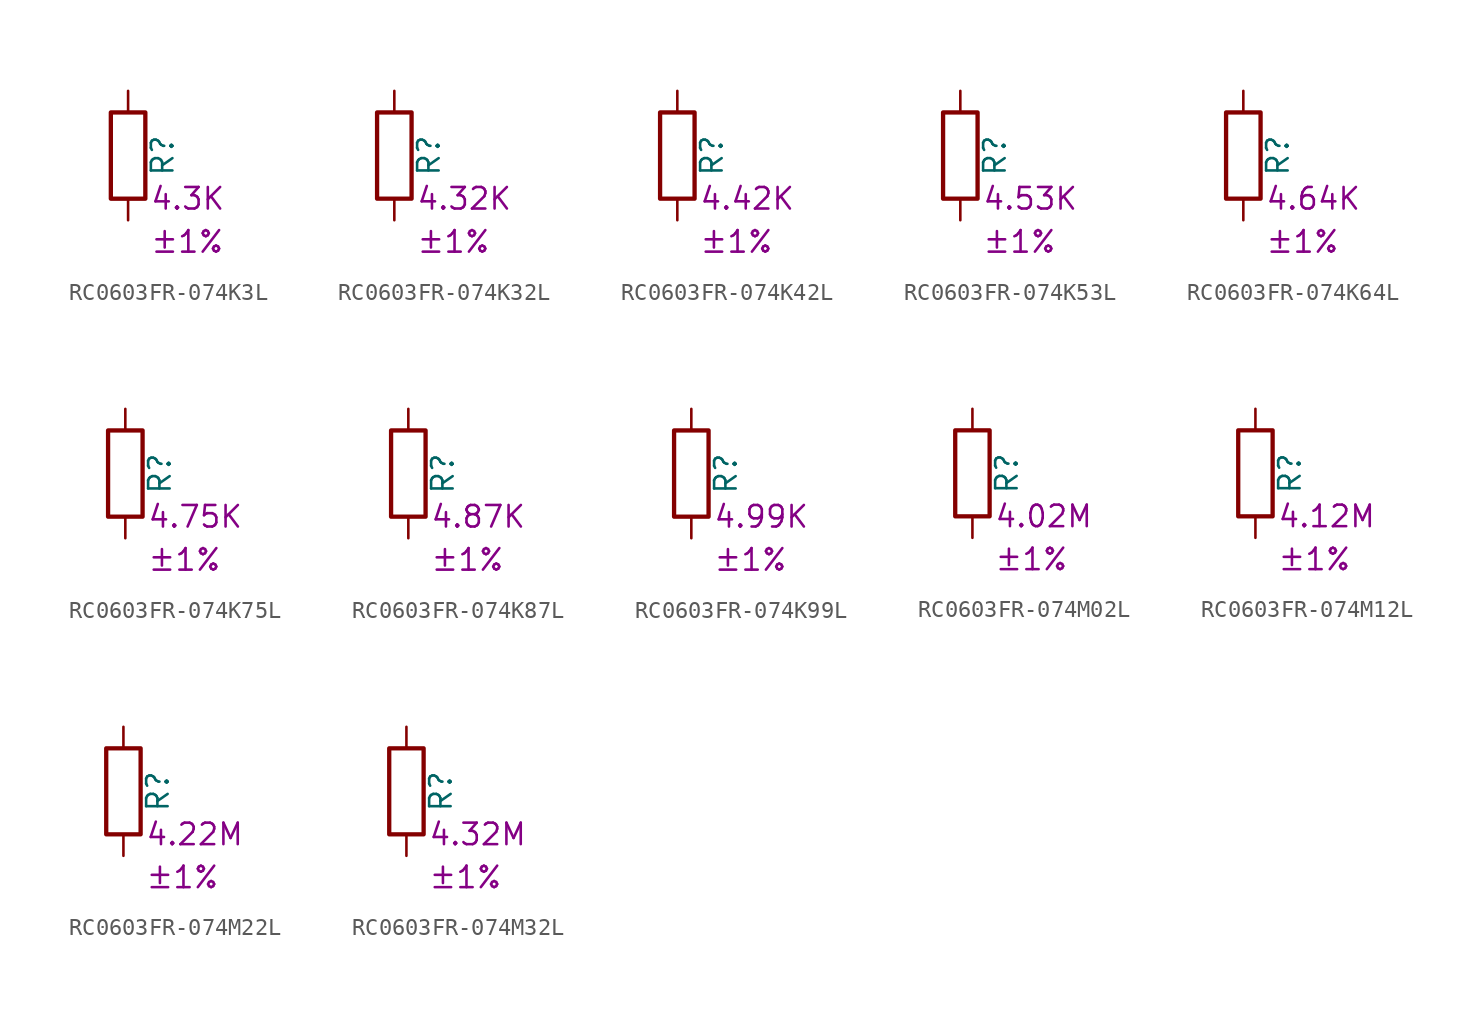
<source format=kicad_sym>
(kicad_symbol_lib
  (version 20220914)
  (generator kicad_symbol_editor)
  (symbol "RC0603FR-074K3L"
    (pin_numbers hide)
    (pin_names
      (offset 0))
    (property "Reference" "R"
      (at 2.032 0 90)
      (effects (font (size 1.27 1.27))))
    (property "Resistance" "4.3K"
      (at 1.27 -2.54 0)
      (effects (font (size 1.27 1.27)) (justify left)))
    (property "Tolerance" "±1%"
      (at 1.27 -5.08 0)
      (effects (font (size 1.27 1.27)) (justify left)))
    (symbol "RC0603FR-074K3L_0_1"
      (rectangle (start -1.016 -2.54) (end 1.016 2.54) (stroke (width 0.254) (type default)) (fill (type none))))
    (symbol "RC0603FR-074K3L_1_1"
      (pin passive line (at 0 3.81 270) (length 1.27) (name "~" (effects (font (size 1.27 1.27)))) (number "1" (effects (font (size 1.27 1.27)))))
      (pin passive line (at 0 -3.81 90) (length 1.27) (name "~" (effects (font (size 1.27 1.27)))) (number "2" (effects (font (size 1.27 1.27)))))))
  (symbol "RC0603FR-074K32L"
    (pin_numbers hide)
    (pin_names
      (offset 0))
    (property "Reference" "R"
      (at 2.032 0 90)
      (effects (font (size 1.27 1.27))))
    (property "Resistance" "4.32K"
      (at 1.27 -2.54 0)
      (effects (font (size 1.27 1.27)) (justify left)))
    (property "Tolerance" "±1%"
      (at 1.27 -5.08 0)
      (effects (font (size 1.27 1.27)) (justify left)))
    (symbol "RC0603FR-074K32L_0_1"
      (rectangle (start -1.016 -2.54) (end 1.016 2.54) (stroke (width 0.254) (type default)) (fill (type none))))
    (symbol "RC0603FR-074K32L_1_1"
      (pin passive line (at 0 3.81 270) (length 1.27) (name "~" (effects (font (size 1.27 1.27)))) (number "1" (effects (font (size 1.27 1.27)))))
      (pin passive line (at 0 -3.81 90) (length 1.27) (name "~" (effects (font (size 1.27 1.27)))) (number "2" (effects (font (size 1.27 1.27)))))))
  (symbol "RC0603FR-074K42L"
    (pin_numbers hide)
    (pin_names
      (offset 0))
    (property "Reference" "R"
      (at 2.032 0 90)
      (effects (font (size 1.27 1.27))))
    (property "Resistance" "4.42K"
      (at 1.27 -2.54 0)
      (effects (font (size 1.27 1.27)) (justify left)))
    (property "Tolerance" "±1%"
      (at 1.27 -5.08 0)
      (effects (font (size 1.27 1.27)) (justify left)))
    (symbol "RC0603FR-074K42L_0_1"
      (rectangle (start -1.016 -2.54) (end 1.016 2.54) (stroke (width 0.254) (type default)) (fill (type none))))
    (symbol "RC0603FR-074K42L_1_1"
      (pin passive line (at 0 3.81 270) (length 1.27) (name "~" (effects (font (size 1.27 1.27)))) (number "1" (effects (font (size 1.27 1.27)))))
      (pin passive line (at 0 -3.81 90) (length 1.27) (name "~" (effects (font (size 1.27 1.27)))) (number "2" (effects (font (size 1.27 1.27)))))))
  (symbol "RC0603FR-074K53L"
    (pin_numbers hide)
    (pin_names
      (offset 0))
    (property "Reference" "R"
      (at 2.032 0 90)
      (effects (font (size 1.27 1.27))))
    (property "Resistance" "4.53K"
      (at 1.27 -2.54 0)
      (effects (font (size 1.27 1.27)) (justify left)))
    (property "Tolerance" "±1%"
      (at 1.27 -5.08 0)
      (effects (font (size 1.27 1.27)) (justify left)))
    (symbol "RC0603FR-074K53L_0_1"
      (rectangle (start -1.016 -2.54) (end 1.016 2.54) (stroke (width 0.254) (type default)) (fill (type none))))
    (symbol "RC0603FR-074K53L_1_1"
      (pin passive line (at 0 3.81 270) (length 1.27) (name "~" (effects (font (size 1.27 1.27)))) (number "1" (effects (font (size 1.27 1.27)))))
      (pin passive line (at 0 -3.81 90) (length 1.27) (name "~" (effects (font (size 1.27 1.27)))) (number "2" (effects (font (size 1.27 1.27)))))))
  (symbol "RC0603FR-074K64L"
    (pin_numbers hide)
    (pin_names
      (offset 0))
    (property "Reference" "R"
      (at 2.032 0 90)
      (effects (font (size 1.27 1.27))))
    (property "Resistance" "4.64K"
      (at 1.27 -2.54 0)
      (effects (font (size 1.27 1.27)) (justify left)))
    (property "Tolerance" "±1%"
      (at 1.27 -5.08 0)
      (effects (font (size 1.27 1.27)) (justify left)))
    (symbol "RC0603FR-074K64L_0_1"
      (rectangle (start -1.016 -2.54) (end 1.016 2.54) (stroke (width 0.254) (type default)) (fill (type none))))
    (symbol "RC0603FR-074K64L_1_1"
      (pin passive line (at 0 3.81 270) (length 1.27) (name "~" (effects (font (size 1.27 1.27)))) (number "1" (effects (font (size 1.27 1.27)))))
      (pin passive line (at 0 -3.81 90) (length 1.27) (name "~" (effects (font (size 1.27 1.27)))) (number "2" (effects (font (size 1.27 1.27)))))))
  (symbol "RC0603FR-074K75L"
    (pin_numbers hide)
    (pin_names
      (offset 0))
    (property "Reference" "R"
      (at 2.032 0 90)
      (effects (font (size 1.27 1.27))))
    (property "Resistance" "4.75K"
      (at 1.27 -2.54 0)
      (effects (font (size 1.27 1.27)) (justify left)))
    (property "Tolerance" "±1%"
      (at 1.27 -5.08 0)
      (effects (font (size 1.27 1.27)) (justify left)))
    (symbol "RC0603FR-074K75L_0_1"
      (rectangle (start -1.016 -2.54) (end 1.016 2.54) (stroke (width 0.254) (type default)) (fill (type none))))
    (symbol "RC0603FR-074K75L_1_1"
      (pin passive line (at 0 3.81 270) (length 1.27) (name "~" (effects (font (size 1.27 1.27)))) (number "1" (effects (font (size 1.27 1.27)))))
      (pin passive line (at 0 -3.81 90) (length 1.27) (name "~" (effects (font (size 1.27 1.27)))) (number "2" (effects (font (size 1.27 1.27)))))))
  (symbol "RC0603FR-074K87L"
    (pin_numbers hide)
    (pin_names
      (offset 0))
    (property "Reference" "R"
      (at 2.032 0 90)
      (effects (font (size 1.27 1.27))))
    (property "Resistance" "4.87K"
      (at 1.27 -2.54 0)
      (effects (font (size 1.27 1.27)) (justify left)))
    (property "Tolerance" "±1%"
      (at 1.27 -5.08 0)
      (effects (font (size 1.27 1.27)) (justify left)))
    (symbol "RC0603FR-074K87L_0_1"
      (rectangle (start -1.016 -2.54) (end 1.016 2.54) (stroke (width 0.254) (type default)) (fill (type none))))
    (symbol "RC0603FR-074K87L_1_1"
      (pin passive line (at 0 3.81 270) (length 1.27) (name "~" (effects (font (size 1.27 1.27)))) (number "1" (effects (font (size 1.27 1.27)))))
      (pin passive line (at 0 -3.81 90) (length 1.27) (name "~" (effects (font (size 1.27 1.27)))) (number "2" (effects (font (size 1.27 1.27)))))))
  (symbol "RC0603FR-074K99L"
    (pin_numbers hide)
    (pin_names
      (offset 0))
    (property "Reference" "R"
      (at 2.032 0 90)
      (effects (font (size 1.27 1.27))))
    (property "Resistance" "4.99K"
      (at 1.27 -2.54 0)
      (effects (font (size 1.27 1.27)) (justify left)))
    (property "Tolerance" "±1%"
      (at 1.27 -5.08 0)
      (effects (font (size 1.27 1.27)) (justify left)))
    (symbol "RC0603FR-074K99L_0_1"
      (rectangle (start -1.016 -2.54) (end 1.016 2.54) (stroke (width 0.254) (type default)) (fill (type none))))
    (symbol "RC0603FR-074K99L_1_1"
      (pin passive line (at 0 3.81 270) (length 1.27) (name "~" (effects (font (size 1.27 1.27)))) (number "1" (effects (font (size 1.27 1.27)))))
      (pin passive line (at 0 -3.81 90) (length 1.27) (name "~" (effects (font (size 1.27 1.27)))) (number "2" (effects (font (size 1.27 1.27)))))))
  (symbol "RC0603FR-074M02L"
    (pin_numbers hide)
    (pin_names
      (offset 0))
    (property "Reference" "R"
      (at 2.032 0 90)
      (effects (font (size 1.27 1.27))))
    (property "Resistance" "4.02M"
      (at 1.27 -2.54 0)
      (effects (font (size 1.27 1.27)) (justify left)))
    (property "Tolerance" "±1%"
      (at 1.27 -5.08 0)
      (effects (font (size 1.27 1.27)) (justify left)))
    (symbol "RC0603FR-074M02L_0_1"
      (rectangle (start -1.016 -2.54) (end 1.016 2.54) (stroke (width 0.254) (type default)) (fill (type none))))
    (symbol "RC0603FR-074M02L_1_1"
      (pin passive line (at 0 3.81 270) (length 1.27) (name "~" (effects (font (size 1.27 1.27)))) (number "1" (effects (font (size 1.27 1.27)))))
      (pin passive line (at 0 -3.81 90) (length 1.27) (name "~" (effects (font (size 1.27 1.27)))) (number "2" (effects (font (size 1.27 1.27)))))))
  (symbol "RC0603FR-074M12L"
    (pin_numbers hide)
    (pin_names
      (offset 0))
    (property "Reference" "R"
      (at 2.032 0 90)
      (effects (font (size 1.27 1.27))))
    (property "Resistance" "4.12M"
      (at 1.27 -2.54 0)
      (effects (font (size 1.27 1.27)) (justify left)))
    (property "Tolerance" "±1%"
      (at 1.27 -5.08 0)
      (effects (font (size 1.27 1.27)) (justify left)))
    (symbol "RC0603FR-074M12L_0_1"
      (rectangle (start -1.016 -2.54) (end 1.016 2.54) (stroke (width 0.254) (type default)) (fill (type none))))
    (symbol "RC0603FR-074M12L_1_1"
      (pin passive line (at 0 3.81 270) (length 1.27) (name "~" (effects (font (size 1.27 1.27)))) (number "1" (effects (font (size 1.27 1.27)))))
      (pin passive line (at 0 -3.81 90) (length 1.27) (name "~" (effects (font (size 1.27 1.27)))) (number "2" (effects (font (size 1.27 1.27)))))))
  (symbol "RC0603FR-074M22L"
    (pin_numbers hide)
    (pin_names
      (offset 0))
    (property "Reference" "R"
      (at 2.032 0 90)
      (effects (font (size 1.27 1.27))))
    (property "Resistance" "4.22M"
      (at 1.27 -2.54 0)
      (effects (font (size 1.27 1.27)) (justify left)))
    (property "Tolerance" "±1%"
      (at 1.27 -5.08 0)
      (effects (font (size 1.27 1.27)) (justify left)))
    (symbol "RC0603FR-074M22L_0_1"
      (rectangle (start -1.016 -2.54) (end 1.016 2.54) (stroke (width 0.254) (type default)) (fill (type none))))
    (symbol "RC0603FR-074M22L_1_1"
      (pin passive line (at 0 3.81 270) (length 1.27) (name "~" (effects (font (size 1.27 1.27)))) (number "1" (effects (font (size 1.27 1.27)))))
      (pin passive line (at 0 -3.81 90) (length 1.27) (name "~" (effects (font (size 1.27 1.27)))) (number "2" (effects (font (size 1.27 1.27)))))))
  (symbol "RC0603FR-074M32L"
    (pin_numbers hide)
    (pin_names
      (offset 0))
    (property "Reference" "R"
      (at 2.032 0 90)
      (effects (font (size 1.27 1.27))))
    (property "Resistance" "4.32M"
      (at 1.27 -2.54 0)
      (effects (font (size 1.27 1.27)) (justify left)))
    (property "Tolerance" "±1%"
      (at 1.27 -5.08 0)
      (effects (font (size 1.27 1.27)) (justify left)))
    (symbol "RC0603FR-074M32L_0_1"
      (rectangle (start -1.016 -2.54) (end 1.016 2.54) (stroke (width 0.254) (type default)) (fill (type none))))
    (symbol "RC0603FR-074M32L_1_1"
      (pin passive line (at 0 3.81 270) (length 1.27) (name "~" (effects (font (size 1.27 1.27)))) (number "1" (effects (font (size 1.27 1.27)))))
      (pin passive line (at 0 -3.81 90) (length 1.27) (name "~" (effects (font (size 1.27 1.27)))) (number "2" (effects (font (size 1.27 1.27))))))))
</source>
